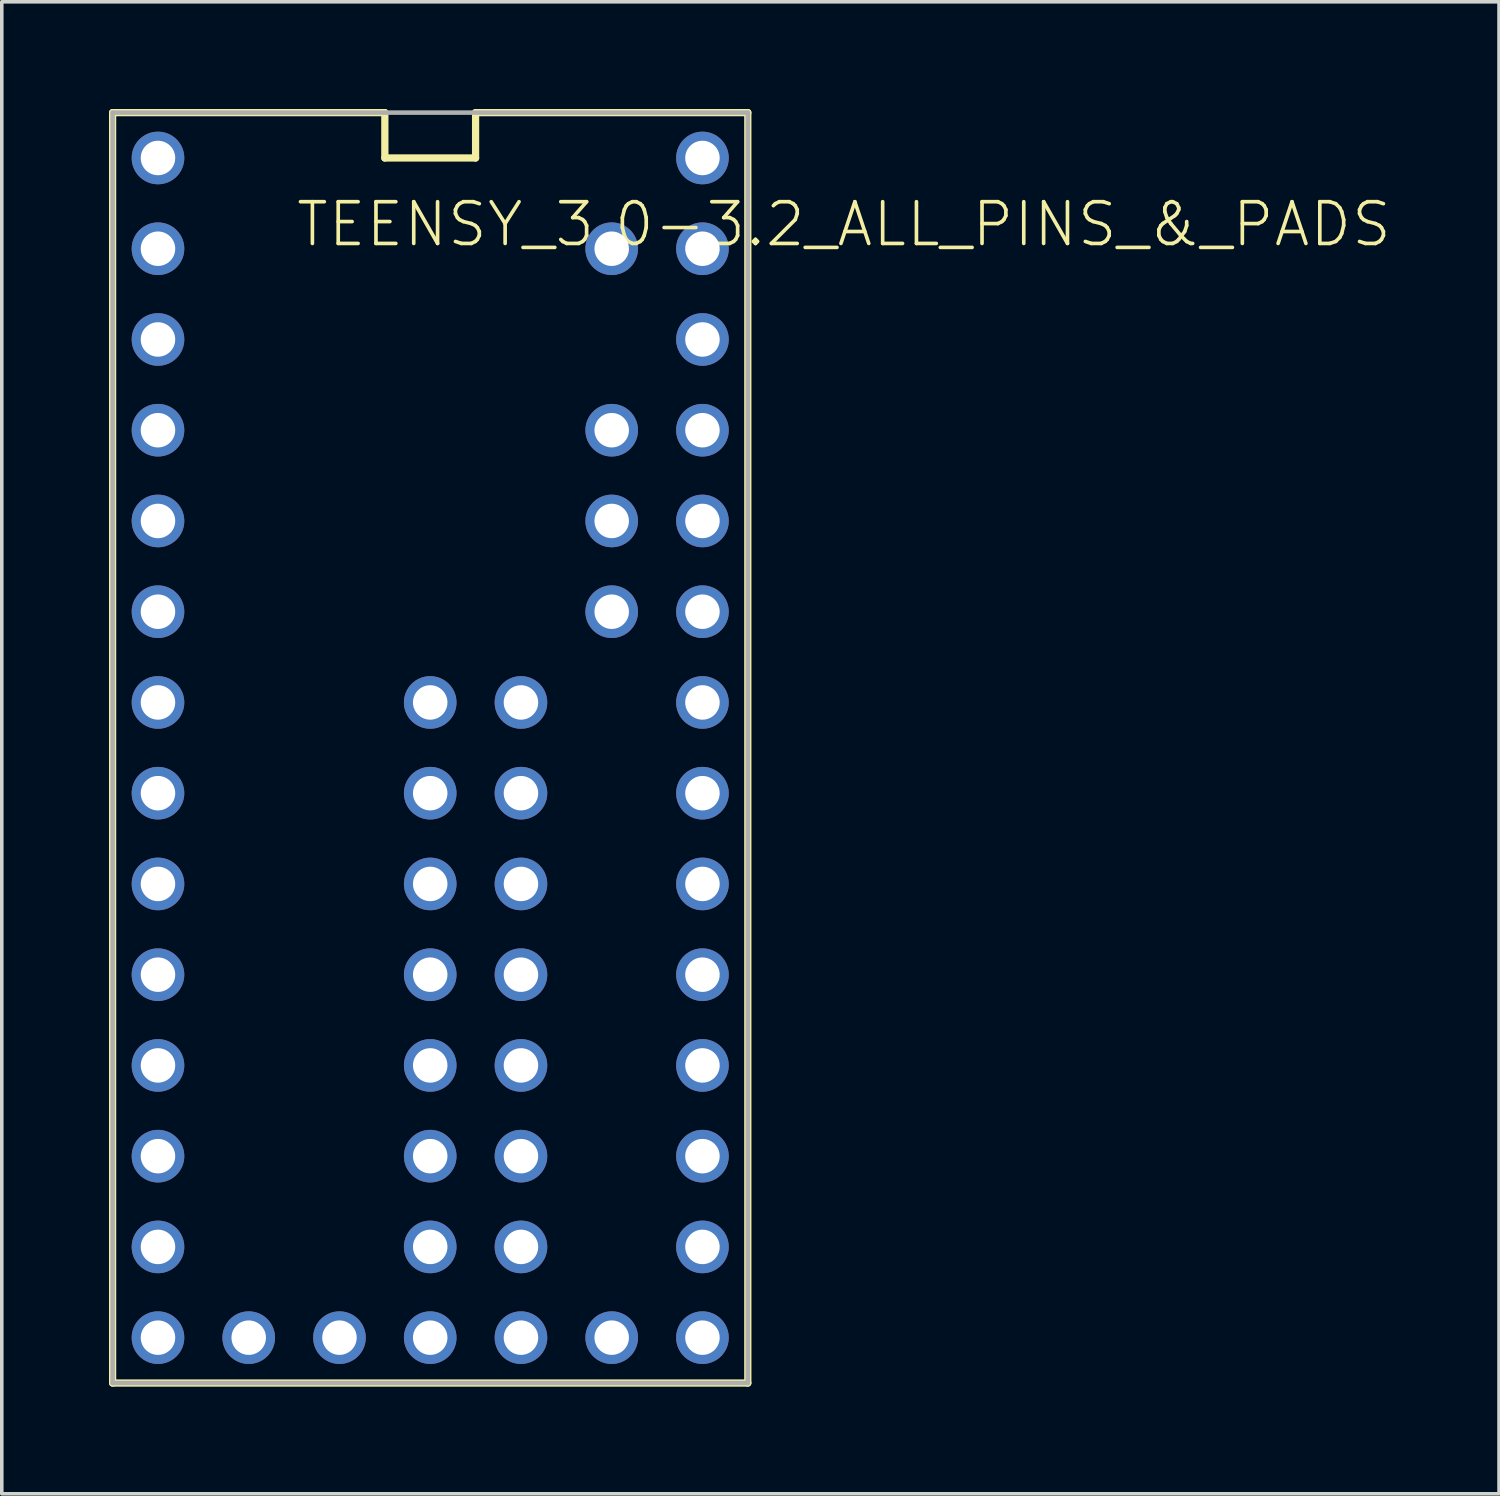
<source format=kicad_pcb>
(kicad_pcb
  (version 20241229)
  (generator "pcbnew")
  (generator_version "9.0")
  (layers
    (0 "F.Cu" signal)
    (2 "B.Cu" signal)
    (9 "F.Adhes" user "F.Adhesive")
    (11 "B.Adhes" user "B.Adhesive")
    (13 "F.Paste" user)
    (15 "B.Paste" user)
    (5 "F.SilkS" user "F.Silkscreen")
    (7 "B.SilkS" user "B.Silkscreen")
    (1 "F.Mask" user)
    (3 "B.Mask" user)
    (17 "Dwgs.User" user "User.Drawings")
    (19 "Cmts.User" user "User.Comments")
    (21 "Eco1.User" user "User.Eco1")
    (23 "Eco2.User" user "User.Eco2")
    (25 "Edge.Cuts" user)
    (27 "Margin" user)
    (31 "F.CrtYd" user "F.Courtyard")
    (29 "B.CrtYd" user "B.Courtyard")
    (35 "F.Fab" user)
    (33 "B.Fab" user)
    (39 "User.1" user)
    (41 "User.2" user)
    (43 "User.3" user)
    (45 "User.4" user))
  (footprint "TEENSY_3.0-3.2_ALL_PINS_&_PADS"
    (layer "F.Cu")
    (at 8.992 17.882)
    (property "Reference" "TEENSY_3.0-3.2_ALL_PINS_&_PADS" (at -3.81 -13.97 0) (layer "F.SilkS") (effects (font (size 1.168 1.168) (thickness 0.102)) (justify left bottom)))
    (fp_line (start -8.89 -17.78) (end -1.27 -17.78) (stroke (width 0.203) (type solid)) (layer "F.SilkS"))
    (fp_line (start -8.89 17.78) (end -8.89 -17.78) (stroke (width 0.203) (type solid)) (layer "F.SilkS"))
    (fp_line (start -1.27 -17.78) (end -1.27 -16.51) (stroke (width 0.203) (type solid)) (layer "F.SilkS"))
    (fp_line (start -1.27 -16.51) (end 1.27 -16.51) (stroke (width 0.203) (type solid)) (layer "F.SilkS"))
    (fp_line (start 1.27 -17.78) (end 8.89 -17.78) (stroke (width 0.203) (type solid)) (layer "F.SilkS"))
    (fp_line (start 1.27 -16.51) (end 1.27 -17.78) (stroke (width 0.203) (type solid)) (layer "F.SilkS"))
    (fp_line (start 8.89 -17.78) (end 8.89 17.78) (stroke (width 0.203) (type solid)) (layer "F.SilkS"))
    (fp_line (start 8.89 17.78) (end -8.89 17.78) (stroke (width 0.203) (type solid)) (layer "F.SilkS"))
    (fp_line (start -8.89 -17.78) (end 8.89 -17.78) (stroke (width 0.127) (type solid)) (layer "F.Fab"))
    (fp_line (start -8.89 17.78) (end -8.89 -17.78) (stroke (width 0.127) (type solid)) (layer "F.Fab"))
    (fp_line (start 8.89 -17.78) (end 8.89 17.78) (stroke (width 0.127) (type solid)) (layer "F.Fab"))
    (fp_line (start 8.89 17.78) (end -8.89 17.78) (stroke (width 0.127) (type solid)) (layer "F.Fab"))
    (pad "0" thru_hole circle (at -7.62 -13.97) (size 1.473 1.473) (drill 0.965) (layers "*.Cu" "*.Mask"))
    (pad "1" thru_hole circle (at -7.62 -11.43) (size 1.473 1.473) (drill 0.965) (layers "*.Cu" "*.Mask"))
    (pad "2" thru_hole circle (at -7.62 -8.89) (size 1.473 1.473) (drill 0.965) (layers "*.Cu" "*.Mask"))
    (pad "3" thru_hole circle (at -7.62 -6.35) (size 1.473 1.473) (drill 0.965) (layers "*.Cu" "*.Mask"))
    (pad "3.3V" thru_hole circle (at 7.62 -11.43) (size 1.473 1.473) (drill 0.965) (layers "*.Cu" "*.Mask"))
    (pad "3.3V1" thru_hole circle (at -2.54 16.51) (size 1.473 1.473) (drill 0.965) (layers "*.Cu" "*.Mask"))
    (pad "3.3V2" thru_hole circle (at 2.54 1.27) (size 1.473 1.473) (drill 0.965) (layers "*.Cu" "*.Mask"))
    (pad "4" thru_hole circle (at -7.62 -3.81) (size 1.473 1.473) (drill 0.965) (layers "*.Cu" "*.Mask"))
    (pad "5" thru_hole circle (at -7.62 -1.27) (size 1.473 1.473) (drill 0.965) (layers "*.Cu" "*.Mask"))
    (pad "6" thru_hole circle (at -7.62 1.27) (size 1.473 1.473) (drill 0.965) (layers "*.Cu" "*.Mask"))
    (pad "7" thru_hole circle (at -7.62 3.81) (size 1.473 1.473) (drill 0.965) (layers "*.Cu" "*.Mask"))
    (pad "8" thru_hole circle (at -7.62 6.35) (size 1.473 1.473) (drill 0.965) (layers "*.Cu" "*.Mask"))
    (pad "9" thru_hole circle (at -7.62 8.89) (size 1.473 1.473) (drill 0.965) (layers "*.Cu" "*.Mask"))
    (pad "10" thru_hole circle (at -7.62 11.43) (size 1.473 1.473) (drill 0.965) (layers "*.Cu" "*.Mask"))
    (pad "11" thru_hole circle (at -7.62 13.97) (size 1.473 1.473) (drill 0.965) (layers "*.Cu" "*.Mask"))
    (pad "12" thru_hole circle (at -7.62 16.51) (size 1.473 1.473) (drill 0.965) (layers "*.Cu" "*.Mask"))
    (pad "13" thru_hole circle (at 7.62 16.51) (size 1.473 1.473) (drill 0.965) (layers "*.Cu" "*.Mask"))
    (pad "14/A0" thru_hole circle (at 7.62 13.97) (size 1.473 1.473) (drill 0.965) (layers "*.Cu" "*.Mask"))
    (pad "15/A1" thru_hole circle (at 7.62 11.43) (size 1.473 1.473) (drill 0.965) (layers "*.Cu" "*.Mask"))
    (pad "16/A2" thru_hole circle (at 7.62 8.89) (size 1.473 1.473) (drill 0.965) (layers "*.Cu" "*.Mask"))
    (pad "17/A3" thru_hole circle (at 7.62 6.35) (size 1.473 1.473) (drill 0.965) (layers "*.Cu" "*.Mask"))
    (pad "18/A4" thru_hole circle (at 7.62 3.81) (size 1.473 1.473) (drill 0.965) (layers "*.Cu" "*.Mask"))
    (pad "19/A5" thru_hole circle (at 7.62 1.27) (size 1.473 1.473) (drill 0.965) (layers "*.Cu" "*.Mask"))
    (pad "20/A6" thru_hole circle (at 7.62 -1.27) (size 1.473 1.473) (drill 0.965) (layers "*.Cu" "*.Mask"))
    (pad "21/A7" thru_hole circle (at 7.62 -3.81) (size 1.473 1.473) (drill 0.965) (layers "*.Cu" "*.Mask"))
    (pad "22/A8" thru_hole circle (at 7.62 -6.35) (size 1.473 1.473) (drill 0.965) (layers "*.Cu" "*.Mask"))
    (pad "23/A9" thru_hole circle (at 7.62 -8.89) (size 1.473 1.473) (drill 0.965) (layers "*.Cu" "*.Mask"))
    (pad "24" thru_hole circle (at 0 3.81) (size 1.473 1.473) (drill 0.965) (layers "*.Cu" "*.Mask"))
    (pad "25" thru_hole circle (at 0 6.35) (size 1.473 1.473) (drill 0.965) (layers "*.Cu" "*.Mask"))
    (pad "26" thru_hole circle (at 0 8.89) (size 1.473 1.473) (drill 0.965) (layers "*.Cu" "*.Mask"))
    (pad "27" thru_hole circle (at 0 11.43) (size 1.473 1.473) (drill 0.965) (layers "*.Cu" "*.Mask"))
    (pad "28" thru_hole circle (at 0 13.97) (size 1.473 1.473) (drill 0.965) (layers "*.Cu" "*.Mask"))
    (pad "29" thru_hole circle (at 2.54 13.97) (size 1.473 1.473) (drill 0.965) (layers "*.Cu" "*.Mask"))
    (pad "30" thru_hole circle (at 2.54 11.43) (size 1.473 1.473) (drill 0.965) (layers "*.Cu" "*.Mask"))
    (pad "31" thru_hole circle (at 2.54 8.89) (size 1.473 1.473) (drill 0.965) (layers "*.Cu" "*.Mask"))
    (pad "32" thru_hole circle (at 2.54 6.35) (size 1.473 1.473) (drill 0.965) (layers "*.Cu" "*.Mask"))
    (pad "33" thru_hole circle (at 2.54 3.81) (size 1.473 1.473) (drill 0.965) (layers "*.Cu" "*.Mask"))
    (pad "A10" thru_hole circle (at 5.08 -6.35) (size 1.473 1.473) (drill 0.965) (layers "*.Cu" "*.Mask"))
    (pad "A11" thru_hole circle (at 5.08 -3.81) (size 1.473 1.473) (drill 0.965) (layers "*.Cu" "*.Mask"))
    (pad "A12" thru_hole circle (at 0 -1.27) (size 1.473 1.473) (drill 0.965) (layers "*.Cu" "*.Mask"))
    (pad "A13" thru_hole circle (at 2.54 -1.27) (size 1.473 1.473) (drill 0.965) (layers "*.Cu" "*.Mask"))
    (pad "AGND" thru_hole circle (at 7.62 -13.97) (size 1.473 1.473) (drill 0.965) (layers "*.Cu" "*.Mask"))
    (pad "AREF" thru_hole circle (at 5.08 -8.89) (size 1.473 1.473) (drill 0.965) (layers "*.Cu" "*.Mask"))
    (pad "GND" thru_hole circle (at -7.62 -16.51) (size 1.473 1.473) (drill 0.965) (layers "*.Cu" "*.Mask"))
    (pad "GND1" thru_hole circle (at 0 16.51) (size 1.473 1.473) (drill 0.965) (layers "*.Cu" "*.Mask"))
    (pad "GND2" thru_hole circle (at 0 1.27) (size 1.473 1.473) (drill 0.965) (layers "*.Cu" "*.Mask"))
    (pad "PGM" thru_hole circle (at 2.54 16.51) (size 1.473 1.473) (drill 0.965) (layers "*.Cu" "*.Mask"))
    (pad "RESET/DAC" thru_hole circle (at 5.08 16.51) (size 1.473 1.473) (drill 0.965) (layers "*.Cu" "*.Mask"))
    (pad "VBAT" thru_hole circle (at -5.08 16.51) (size 1.473 1.473) (drill 0.965) (layers "*.Cu" "*.Mask"))
    (pad "VIN" thru_hole circle (at 7.62 -16.51) (size 1.473 1.473) (drill 0.965) (layers "*.Cu" "*.Mask"))
    (pad "VUSB" thru_hole circle (at 5.08 -13.97) (size 1.473 1.473) (drill 0.965) (layers "*.Cu" "*.Mask")))
  (gr_rect
    (start -3 -3)
    (end 38.909 38.763)
    (stroke (width 0.1) (type default))
    (fill no)
    (layer "Edge.Cuts")))
</source>
